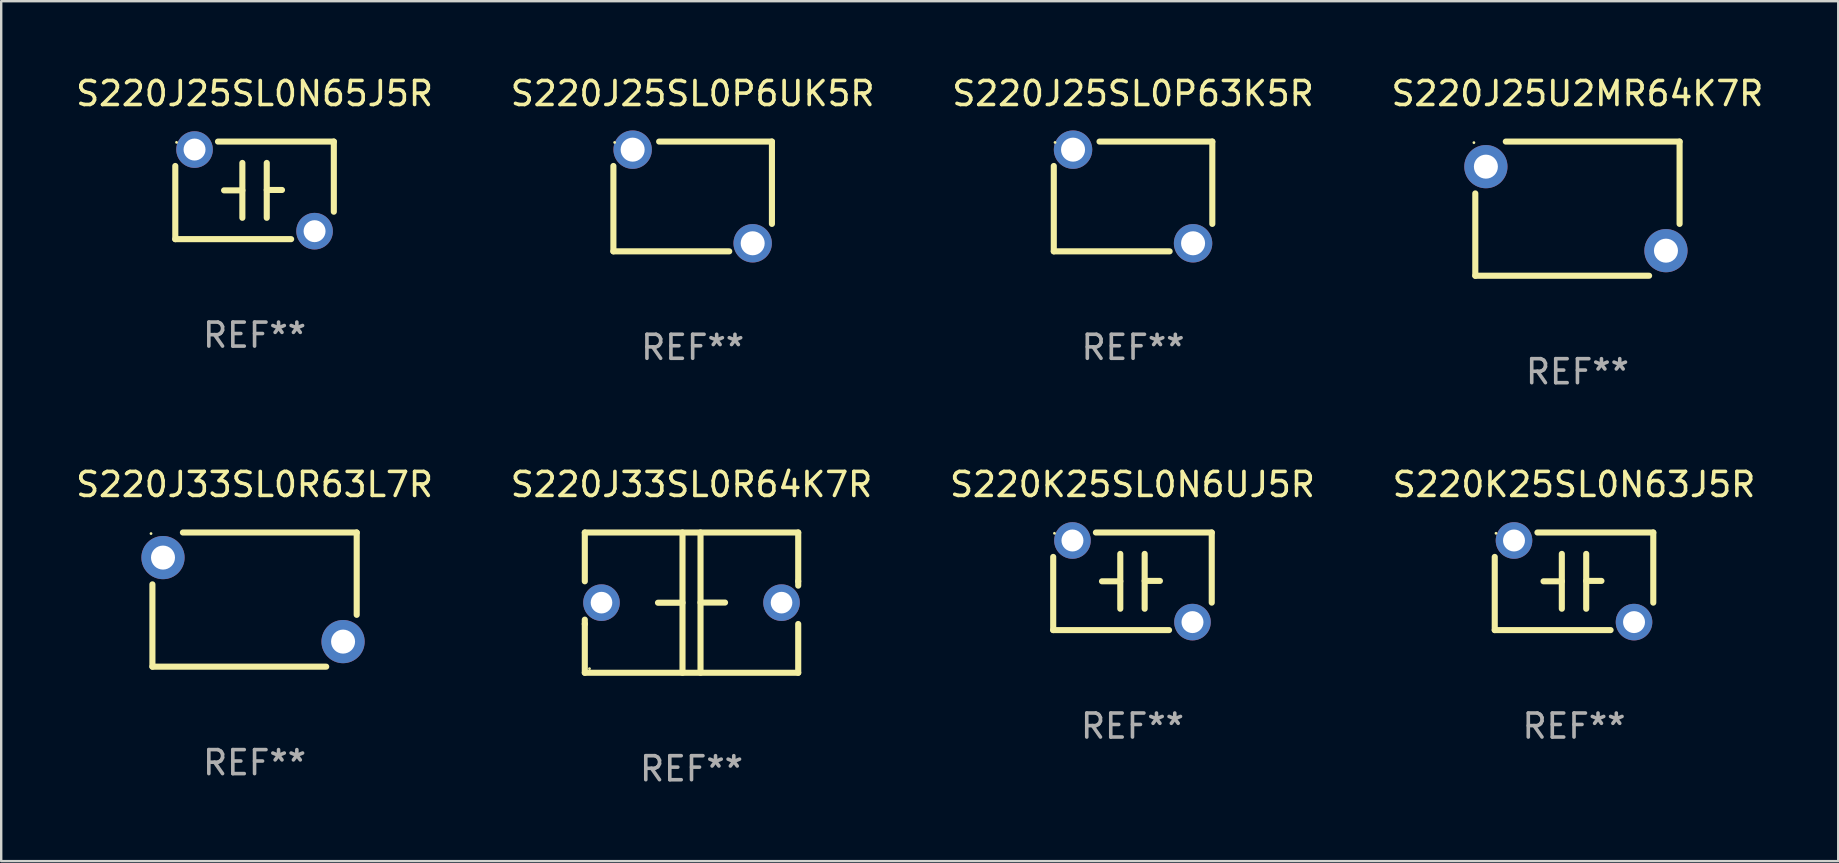
<source format=kicad_pcb>
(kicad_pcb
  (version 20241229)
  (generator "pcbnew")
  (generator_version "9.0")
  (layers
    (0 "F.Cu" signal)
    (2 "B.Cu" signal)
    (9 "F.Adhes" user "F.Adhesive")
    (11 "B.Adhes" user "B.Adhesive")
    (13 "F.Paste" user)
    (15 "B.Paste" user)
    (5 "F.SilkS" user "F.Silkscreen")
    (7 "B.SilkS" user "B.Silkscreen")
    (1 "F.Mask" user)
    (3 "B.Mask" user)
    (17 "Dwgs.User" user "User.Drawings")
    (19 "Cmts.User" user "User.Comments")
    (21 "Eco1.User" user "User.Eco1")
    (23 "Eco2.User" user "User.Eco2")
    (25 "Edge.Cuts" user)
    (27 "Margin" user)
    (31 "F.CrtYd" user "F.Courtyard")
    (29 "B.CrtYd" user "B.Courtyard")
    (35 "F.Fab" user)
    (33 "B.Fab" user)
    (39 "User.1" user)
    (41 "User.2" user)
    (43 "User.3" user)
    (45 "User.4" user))
  (footprint "S220J25SL0P63K5R"
    (layer "F.Cu")
    (at 44.149 5.134)
    (property "Reference" "S220J25SL0P63K5R" (at 0 -4.286 0) (layer "F.SilkS") (effects (font (size 1 1) (thickness 0.15))))
    (attr through_hole)
    (fp_line (start -3.302 2.286) (end -3.302 -1.27) (stroke (width 0.254) (type solid)) (layer "F.SilkS"))
    (fp_line (start -3.302 2.286) (end 1.524 2.286) (stroke (width 0.254) (type solid)) (layer "F.SilkS"))
    (fp_line (start -1.397 -2.286) (end 3.302 -2.286) (stroke (width 0.254) (type solid)) (layer "F.SilkS"))
    (fp_line (start 3.302 -2.286) (end 3.302 1.143) (stroke (width 0.254) (type solid)) (layer "F.SilkS"))
    (fp_circle (center -3.25 -2.25) (end -3.22 -2.25) (stroke (width 0.06) (type solid)) (fill no) (layer "F.SilkS"))
    (fp_text user "REF**" (at 0 6.286 0) (layer "F.Fab") (effects (font (size 1 1) (thickness 0.15))))
    (pad "1" thru_hole circle (at -2.5 -1.95) (size 1.6 1.6) (drill 1) (layers "*.Cu" "*.Mask"))
    (pad "2" thru_hole circle (at 2.5 1.95) (size 1.6 1.6) (drill 1) (layers "*.Cu" "*.Mask")))
  (footprint "S220J33SL0R63L7R"
    (layer "F.Cu")
    (at 7.554 21.927)
    (property "Reference" "S220J33SL0R63L7R" (at 0 -4.794 0) (layer "F.SilkS") (effects (font (size 1 1) (thickness 0.15))))
    (attr through_hole)
    (fp_line (start -4.255 2.794) (end -4.255 -0.635) (stroke (width 0.254) (type solid)) (layer "F.SilkS"))
    (fp_line (start -4.255 2.794) (end 2.985 2.794) (stroke (width 0.254) (type solid)) (layer "F.SilkS"))
    (fp_line (start -2.985 -2.794) (end 4.255 -2.794) (stroke (width 0.254) (type solid)) (layer "F.SilkS"))
    (fp_line (start 4.255 -2.794) (end 4.255 0.635) (stroke (width 0.254) (type solid)) (layer "F.SilkS"))
    (fp_circle (center -4.313 -2.75) (end -4.283 -2.75) (stroke (width 0.06) (type solid)) (fill no) (layer "F.SilkS"))
    (fp_text user "REF**" (at 0 6.794 0) (layer "F.Fab") (effects (font (size 1 1) (thickness 0.15))))
    (pad "1" thru_hole circle (at -3.814 -1.75) (size 1.8 1.8) (drill 1) (layers "*.Cu" "*.Mask"))
    (pad "2" thru_hole circle (at 3.687 1.75) (size 1.8 1.8) (drill 1) (layers "*.Cu" "*.Mask")))
  (footprint "S220K25SL0N63J5R"
    (layer "F.Cu")
    (at 62.518 21.165)
    (property "Reference" "S220K25SL0N63J5R" (at 0 -4.032 0) (layer "F.SilkS") (effects (font (size 1 1) (thickness 0.15))))
    (attr through_hole)
    (fp_line (start -3.302 2.032) (end -3.302 -1.016) (stroke (width 0.254) (type solid)) (layer "F.SilkS"))
    (fp_line (start -3.302 2.032) (end 1.524 2.032) (stroke (width 0.254) (type solid)) (layer "F.SilkS"))
    (fp_line (start -1.524 -2.032) (end 3.302 -2.032) (stroke (width 0.254) (type solid)) (layer "F.SilkS"))
    (fp_line (start -1.27 0) (end -0.508 0) (stroke (width 0.254) (type solid)) (layer "F.SilkS"))
    (fp_line (start -0.508 1.143) (end -0.508 -1.143) (stroke (width 0.254) (type solid)) (layer "F.SilkS"))
    (fp_line (start 0.508 -0.016) (end 1.143 -0.016) (stroke (width 0.254) (type solid)) (layer "F.SilkS"))
    (fp_line (start 0.508 1.143) (end 0.508 -1.143) (stroke (width 0.254) (type solid)) (layer "F.SilkS"))
    (fp_line (start 3.302 -2.032) (end 3.302 0.889) (stroke (width 0.254) (type solid)) (layer "F.SilkS"))
    (fp_circle (center -3.25 -2) (end -3.22 -2) (stroke (width 0.06) (type solid)) (fill no) (layer "F.SilkS"))
    (fp_text user "REF**" (at 0 6.032 0) (layer "F.Fab") (effects (font (size 1 1) (thickness 0.15))))
    (pad "1" thru_hole circle (at -2.5 -1.7) (size 1.524 1.524) (drill 0.914) (layers "*.Cu" "*.Mask"))
    (pad "2" thru_hole circle (at 2.5 1.7) (size 1.524 1.524) (drill 0.914) (layers "*.Cu" "*.Mask")))
  (footprint "S220J25SL0P6UK5R"
    (layer "F.Cu")
    (at 25.804 5.134)
    (property "Reference" "S220J25SL0P6UK5R" (at 0 -4.286 0) (layer "F.SilkS") (effects (font (size 1 1) (thickness 0.15))))
    (attr through_hole)
    (fp_line (start -3.302 2.286) (end -3.302 -1.27) (stroke (width 0.254) (type solid)) (layer "F.SilkS"))
    (fp_line (start -3.302 2.286) (end 1.524 2.286) (stroke (width 0.254) (type solid)) (layer "F.SilkS"))
    (fp_line (start -1.397 -2.286) (end 3.302 -2.286) (stroke (width 0.254) (type solid)) (layer "F.SilkS"))
    (fp_line (start 3.302 -2.286) (end 3.302 1.143) (stroke (width 0.254) (type solid)) (layer "F.SilkS"))
    (fp_circle (center -3.25 -2.25) (end -3.22 -2.25) (stroke (width 0.06) (type solid)) (fill no) (layer "F.SilkS"))
    (fp_text user "REF**" (at 0 6.286 0) (layer "F.Fab") (effects (font (size 1 1) (thickness 0.15))))
    (pad "1" thru_hole circle (at -2.5 -1.95) (size 1.6 1.6) (drill 1) (layers "*.Cu" "*.Mask"))
    (pad "2" thru_hole circle (at 2.5 1.95) (size 1.6 1.6) (drill 1) (layers "*.Cu" "*.Mask")))
  (footprint "S220K25SL0N6UJ5R"
    (layer "F.Cu")
    (at 44.125 21.165)
    (property "Reference" "S220K25SL0N6UJ5R" (at 0 -4.032 0) (layer "F.SilkS") (effects (font (size 1 1) (thickness 0.15))))
    (attr through_hole)
    (fp_line (start -3.302 2.032) (end -3.302 -1.016) (stroke (width 0.254) (type solid)) (layer "F.SilkS"))
    (fp_line (start -3.302 2.032) (end 1.524 2.032) (stroke (width 0.254) (type solid)) (layer "F.SilkS"))
    (fp_line (start -1.524 -2.032) (end 3.302 -2.032) (stroke (width 0.254) (type solid)) (layer "F.SilkS"))
    (fp_line (start -1.27 0) (end -0.508 0) (stroke (width 0.254) (type solid)) (layer "F.SilkS"))
    (fp_line (start -0.508 1.143) (end -0.508 -1.143) (stroke (width 0.254) (type solid)) (layer "F.SilkS"))
    (fp_line (start 0.508 -0.016) (end 1.143 -0.016) (stroke (width 0.254) (type solid)) (layer "F.SilkS"))
    (fp_line (start 0.508 1.143) (end 0.508 -1.143) (stroke (width 0.254) (type solid)) (layer "F.SilkS"))
    (fp_line (start 3.302 -2.032) (end 3.302 0.889) (stroke (width 0.254) (type solid)) (layer "F.SilkS"))
    (fp_circle (center -3.25 -2) (end -3.22 -2) (stroke (width 0.06) (type solid)) (fill no) (layer "F.SilkS"))
    (fp_text user "REF**" (at 0 6.032 0) (layer "F.Fab") (effects (font (size 1 1) (thickness 0.15))))
    (pad "1" thru_hole circle (at -2.5 -1.7) (size 1.524 1.524) (drill 0.914) (layers "*.Cu" "*.Mask"))
    (pad "2" thru_hole circle (at 2.5 1.7) (size 1.524 1.524) (drill 0.914) (layers "*.Cu" "*.Mask")))
  (footprint "S220J25SL0N65J5R"
    (layer "F.Cu")
    (at 7.554 4.88)
    (property "Reference" "S220J25SL0N65J5R" (at 0 -4.032 0) (layer "F.SilkS") (effects (font (size 1 1) (thickness 0.15))))
    (attr through_hole)
    (fp_line (start -3.302 2.032) (end -3.302 -1.016) (stroke (width 0.254) (type solid)) (layer "F.SilkS"))
    (fp_line (start -3.302 2.032) (end 1.524 2.032) (stroke (width 0.254) (type solid)) (layer "F.SilkS"))
    (fp_line (start -1.524 -2.032) (end 3.302 -2.032) (stroke (width 0.254) (type solid)) (layer "F.SilkS"))
    (fp_line (start -1.27 0) (end -0.508 0) (stroke (width 0.254) (type solid)) (layer "F.SilkS"))
    (fp_line (start -0.508 1.143) (end -0.508 -1.143) (stroke (width 0.254) (type solid)) (layer "F.SilkS"))
    (fp_line (start 0.508 -0.016) (end 1.143 -0.016) (stroke (width 0.254) (type solid)) (layer "F.SilkS"))
    (fp_line (start 0.508 1.143) (end 0.508 -1.143) (stroke (width 0.254) (type solid)) (layer "F.SilkS"))
    (fp_line (start 3.302 -2.032) (end 3.302 0.889) (stroke (width 0.254) (type solid)) (layer "F.SilkS"))
    (fp_circle (center -3.25 -2) (end -3.22 -2) (stroke (width 0.06) (type solid)) (fill no) (layer "F.SilkS"))
    (fp_text user "REF**" (at 0 6.032 0) (layer "F.Fab") (effects (font (size 1 1) (thickness 0.15))))
    (pad "1" thru_hole circle (at -2.5 -1.7) (size 1.524 1.524) (drill 0.914) (layers "*.Cu" "*.Mask"))
    (pad "2" thru_hole circle (at 2.5 1.7) (size 1.524 1.524) (drill 0.914) (layers "*.Cu" "*.Mask")))
  (footprint "S220J25U2MR64K7R"
    (layer "F.Cu")
    (at 62.661 5.642)
    (property "Reference" "S220J25U2MR64K7R" (at 0 -4.794 0) (layer "F.SilkS") (effects (font (size 1 1) (thickness 0.15))))
    (attr through_hole)
    (fp_line (start -4.255 2.794) (end -4.255 -0.635) (stroke (width 0.254) (type solid)) (layer "F.SilkS"))
    (fp_line (start -4.255 2.794) (end 2.985 2.794) (stroke (width 0.254) (type solid)) (layer "F.SilkS"))
    (fp_line (start -2.985 -2.794) (end 4.255 -2.794) (stroke (width 0.254) (type solid)) (layer "F.SilkS"))
    (fp_line (start 4.255 -2.794) (end 4.255 0.635) (stroke (width 0.254) (type solid)) (layer "F.SilkS"))
    (fp_circle (center -4.313 -2.75) (end -4.283 -2.75) (stroke (width 0.06) (type solid)) (fill no) (layer "F.SilkS"))
    (fp_text user "REF**" (at 0 6.794 0) (layer "F.Fab") (effects (font (size 1 1) (thickness 0.15))))
    (pad "1" thru_hole circle (at -3.814 -1.75) (size 1.8 1.8) (drill 1) (layers "*.Cu" "*.Mask"))
    (pad "2" thru_hole circle (at 3.687 1.75) (size 1.8 1.8) (drill 1) (layers "*.Cu" "*.Mask")))
  (footprint "S220J33SL0R64K7R"
    (layer "F.Cu")
    (at 25.756 22.054)
    (property "Reference" "S220J33SL0R64K7R" (at 0 -4.921 0) (layer "F.SilkS") (effects (font (size 1 1) (thickness 0.15))))
    (attr through_hole)
    (fp_line (start -4.445 -2.921) (end 4.445 -2.921) (stroke (width 0.254) (type solid)) (layer "F.SilkS"))
    (fp_line (start -4.445 -0.889) (end -4.445 -2.921) (stroke (width 0.254) (type solid)) (layer "F.SilkS"))
    (fp_line (start -4.445 0.889) (end -4.445 0.708) (stroke (width 0.254) (type solid)) (layer "F.SilkS"))
    (fp_line (start -4.445 2.921) (end -4.445 0.889) (stroke (width 0.254) (type solid)) (layer "F.SilkS"))
    (fp_line (start -0.375 0.004) (end -1.397 0.004) (stroke (width 0.254) (type solid)) (layer "F.SilkS"))
    (fp_line (start -0.375 2.921) (end -0.375 -2.921) (stroke (width 0.254) (type solid)) (layer "F.SilkS"))
    (fp_line (start 0.375 -2.921) (end 0.375 2.921) (stroke (width 0.254) (type solid)) (layer "F.SilkS"))
    (fp_line (start 0.375 -0.004) (end 1.397 -0.004) (stroke (width 0.254) (type solid)) (layer "F.SilkS"))
    (fp_line (start 4.445 -2.921) (end 4.445 -0.889) (stroke (width 0.254) (type solid)) (layer "F.SilkS"))
    (fp_line (start 4.445 -0.889) (end 4.445 -0.708) (stroke (width 0.254) (type solid)) (layer "F.SilkS"))
    (fp_line (start 4.445 0.889) (end 4.445 2.921) (stroke (width 0.254) (type solid)) (layer "F.SilkS"))
    (fp_line (start 4.445 2.921) (end -4.445 2.921) (stroke (width 0.254) (type solid)) (layer "F.SilkS"))
    (fp_circle (center -4.25 2.75) (end -4.22 2.75) (stroke (width 0.06) (type solid)) (fill no) (layer "F.SilkS"))
    (fp_text user "REF**" (at 0 6.921 0) (layer "F.Fab") (effects (font (size 1 1) (thickness 0.15))))
    (pad "1" thru_hole circle (at -3.75 0) (size 1.524 1.524) (drill 0.9) (layers "*.Cu" "*.Mask"))
    (pad "2" thru_hole circle (at 3.75 0) (size 1.524 1.524) (drill 0.9) (layers "*.Cu" "*.Mask")))
  (gr_rect
    (start -3 -3)
    (end 73.524 32.823)
    (stroke (width 0.1) (type default))
    (fill no)
    (layer "Edge.Cuts")))
</source>
